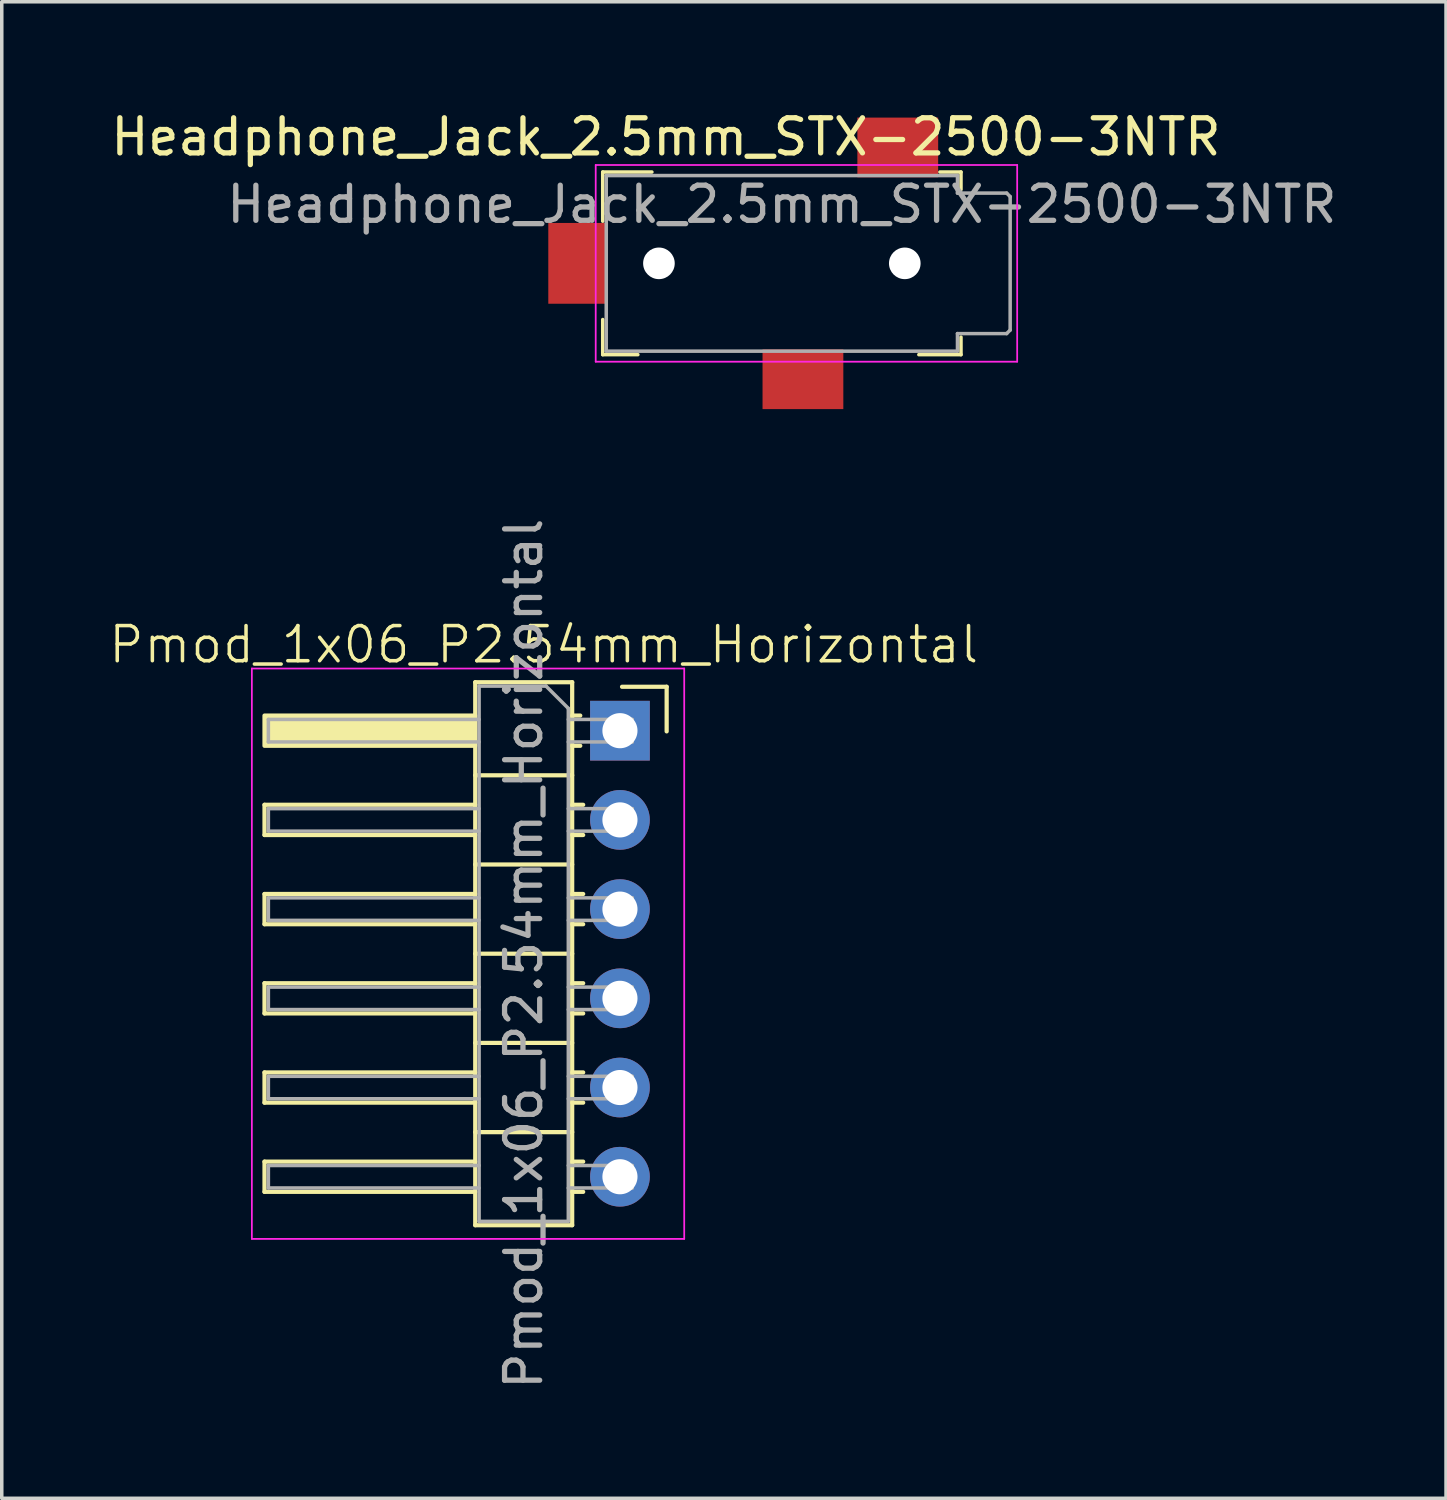
<source format=kicad_pcb>
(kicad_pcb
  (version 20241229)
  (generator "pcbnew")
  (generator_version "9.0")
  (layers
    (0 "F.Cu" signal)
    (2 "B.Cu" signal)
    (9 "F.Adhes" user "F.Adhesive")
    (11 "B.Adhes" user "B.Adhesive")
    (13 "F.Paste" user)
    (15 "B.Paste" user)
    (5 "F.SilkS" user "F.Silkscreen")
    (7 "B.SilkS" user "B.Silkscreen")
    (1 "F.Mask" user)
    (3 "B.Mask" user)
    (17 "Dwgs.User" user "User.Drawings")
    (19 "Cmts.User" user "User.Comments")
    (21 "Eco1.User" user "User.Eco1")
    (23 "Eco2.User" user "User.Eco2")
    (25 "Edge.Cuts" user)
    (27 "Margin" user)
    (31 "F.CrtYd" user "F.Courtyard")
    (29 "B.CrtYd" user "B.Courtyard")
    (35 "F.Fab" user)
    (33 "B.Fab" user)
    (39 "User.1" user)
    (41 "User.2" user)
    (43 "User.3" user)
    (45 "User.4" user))
  (footprint "Pmod_1x06_P2.54mm_Horizontal"
    (layer "F.Cu")
    (at 14.631 17.704)
    (property "Reference" "Pmod_1x06_P2.54mm_Horizontal" (at -2.2 -2.4 0) (unlocked yes) (layer "F.SilkS") (effects (font (size 1 1) (thickness 0.1))))
    (attr through_hole)
    (fp_line (start -10.15 2.16) (end -10.15 3.02) (stroke (width 0.12) (type solid)) (layer "F.SilkS"))
    (fp_line (start -10.15 3.02) (end -4.15 3.02) (stroke (width 0.12) (type solid)) (layer "F.SilkS"))
    (fp_line (start -10.15 4.7) (end -10.15 5.56) (stroke (width 0.12) (type solid)) (layer "F.SilkS"))
    (fp_line (start -10.15 5.56) (end -4.15 5.56) (stroke (width 0.12) (type solid)) (layer "F.SilkS"))
    (fp_line (start -10.15 7.24) (end -10.15 8.1) (stroke (width 0.12) (type solid)) (layer "F.SilkS"))
    (fp_line (start -10.15 8.1) (end -4.15 8.1) (stroke (width 0.12) (type solid)) (layer "F.SilkS"))
    (fp_line (start -10.15 9.78) (end -10.15 10.64) (stroke (width 0.12) (type solid)) (layer "F.SilkS"))
    (fp_line (start -10.15 10.64) (end -4.15 10.64) (stroke (width 0.12) (type solid)) (layer "F.SilkS"))
    (fp_line (start -10.15 12.32) (end -10.15 13.18) (stroke (width 0.12) (type solid)) (layer "F.SilkS"))
    (fp_line (start -10.15 13.18) (end -4.15 13.18) (stroke (width 0.12) (type solid)) (layer "F.SilkS"))
    (fp_line (start -4.15 -1.33) (end -1.39 -1.33) (stroke (width 0.12) (type solid)) (layer "F.SilkS"))
    (fp_line (start -4.15 2.16) (end -10.15 2.16) (stroke (width 0.12) (type solid)) (layer "F.SilkS"))
    (fp_line (start -4.15 4.7) (end -10.15 4.7) (stroke (width 0.12) (type solid)) (layer "F.SilkS"))
    (fp_line (start -4.15 7.24) (end -10.15 7.24) (stroke (width 0.12) (type solid)) (layer "F.SilkS"))
    (fp_line (start -4.15 9.78) (end -10.15 9.78) (stroke (width 0.12) (type solid)) (layer "F.SilkS"))
    (fp_line (start -4.15 12.32) (end -10.15 12.32) (stroke (width 0.12) (type solid)) (layer "F.SilkS"))
    (fp_line (start -4.15 14.13) (end -4.15 -1.33) (stroke (width 0.12) (type solid)) (layer "F.SilkS"))
    (fp_line (start -1.39 -1.33) (end -1.39 14.13) (stroke (width 0.12) (type solid)) (layer "F.SilkS"))
    (fp_line (start -1.39 1.32) (end -4.15 1.32) (stroke (width 0.12) (type solid)) (layer "F.SilkS"))
    (fp_line (start -1.39 3.86) (end -4.15 3.86) (stroke (width 0.12) (type solid)) (layer "F.SilkS"))
    (fp_line (start -1.39 6.4) (end -4.15 6.4) (stroke (width 0.12) (type solid)) (layer "F.SilkS"))
    (fp_line (start -1.39 8.94) (end -4.15 8.94) (stroke (width 0.12) (type solid)) (layer "F.SilkS"))
    (fp_line (start -1.39 11.48) (end -4.15 11.48) (stroke (width 0.12) (type solid)) (layer "F.SilkS"))
    (fp_line (start -1.39 14.13) (end -4.15 14.13) (stroke (width 0.12) (type solid)) (layer "F.SilkS"))
    (fp_line (start -1.16 -0.38) (end -1.39 -0.38) (stroke (width 0.12) (type solid)) (layer "F.SilkS"))
    (fp_line (start -1.16 0.48) (end -1.39 0.48) (stroke (width 0.12) (type solid)) (layer "F.SilkS"))
    (fp_line (start -1.077 2.16) (end -1.39 2.16) (stroke (width 0.12) (type solid)) (layer "F.SilkS"))
    (fp_line (start -1.077 3.02) (end -1.39 3.02) (stroke (width 0.12) (type solid)) (layer "F.SilkS"))
    (fp_line (start -1.077 4.7) (end -1.39 4.7) (stroke (width 0.12) (type solid)) (layer "F.SilkS"))
    (fp_line (start -1.077 5.56) (end -1.39 5.56) (stroke (width 0.12) (type solid)) (layer "F.SilkS"))
    (fp_line (start -1.077 7.24) (end -1.39 7.24) (stroke (width 0.12) (type solid)) (layer "F.SilkS"))
    (fp_line (start -1.077 8.1) (end -1.39 8.1) (stroke (width 0.12) (type solid)) (layer "F.SilkS"))
    (fp_line (start -1.077 9.78) (end -1.39 9.78) (stroke (width 0.12) (type solid)) (layer "F.SilkS"))
    (fp_line (start -1.077 10.64) (end -1.39 10.64) (stroke (width 0.12) (type solid)) (layer "F.SilkS"))
    (fp_line (start -1.077 12.32) (end -1.39 12.32) (stroke (width 0.12) (type solid)) (layer "F.SilkS"))
    (fp_line (start -1.077 13.18) (end -1.39 13.18) (stroke (width 0.12) (type solid)) (layer "F.SilkS"))
    (fp_line (start 1.3 -1.2) (end 0.03 -1.2) (stroke (width 0.12) (type solid)) (layer "F.SilkS"))
    (fp_line (start 1.3 0.07) (end 1.3 -1.2) (stroke (width 0.12) (type solid)) (layer "F.SilkS"))
    (fp_rect (start -4.15 -0.38) (end -10.15 0.48) (stroke (width 0.12) (type solid)) (fill yes) (layer "F.SilkS"))
    (fp_line (start -10.51 -1.72) (end -10.51 14.52) (stroke (width 0.05) (type solid)) (layer "F.CrtYd"))
    (fp_line (start -10.51 14.52) (end 1.8 14.52) (stroke (width 0.05) (type solid)) (layer "F.CrtYd"))
    (fp_line (start 1.8 -1.72) (end -10.51 -1.72) (stroke (width 0.05) (type solid)) (layer "F.CrtYd"))
    (fp_line (start 1.8 14.52) (end 1.8 -1.72) (stroke (width 0.05) (type solid)) (layer "F.CrtYd"))
    (fp_line (start -10.04 -0.27) (end -10.04 0.37) (stroke (width 0.1) (type solid)) (layer "F.Fab"))
    (fp_line (start -10.04 2.27) (end -10.04 2.91) (stroke (width 0.1) (type solid)) (layer "F.Fab"))
    (fp_line (start -10.04 4.81) (end -10.04 5.45) (stroke (width 0.1) (type solid)) (layer "F.Fab"))
    (fp_line (start -10.04 7.35) (end -10.04 7.99) (stroke (width 0.1) (type solid)) (layer "F.Fab"))
    (fp_line (start -10.04 9.89) (end -10.04 10.53) (stroke (width 0.1) (type solid)) (layer "F.Fab"))
    (fp_line (start -10.04 12.43) (end -10.04 13.07) (stroke (width 0.1) (type solid)) (layer "F.Fab"))
    (fp_line (start -4.04 -1.22) (end -4.04 14.02) (stroke (width 0.1) (type solid)) (layer "F.Fab"))
    (fp_line (start -4.04 -0.27) (end -10.04 -0.27) (stroke (width 0.1) (type solid)) (layer "F.Fab"))
    (fp_line (start -4.04 0.37) (end -10.04 0.37) (stroke (width 0.1) (type solid)) (layer "F.Fab"))
    (fp_line (start -4.04 2.27) (end -10.04 2.27) (stroke (width 0.1) (type solid)) (layer "F.Fab"))
    (fp_line (start -4.04 2.91) (end -10.04 2.91) (stroke (width 0.1) (type solid)) (layer "F.Fab"))
    (fp_line (start -4.04 4.81) (end -10.04 4.81) (stroke (width 0.1) (type solid)) (layer "F.Fab"))
    (fp_line (start -4.04 5.45) (end -10.04 5.45) (stroke (width 0.1) (type solid)) (layer "F.Fab"))
    (fp_line (start -4.04 7.35) (end -10.04 7.35) (stroke (width 0.1) (type solid)) (layer "F.Fab"))
    (fp_line (start -4.04 7.99) (end -10.04 7.99) (stroke (width 0.1) (type solid)) (layer "F.Fab"))
    (fp_line (start -4.04 9.89) (end -10.04 9.89) (stroke (width 0.1) (type solid)) (layer "F.Fab"))
    (fp_line (start -4.04 10.53) (end -10.04 10.53) (stroke (width 0.1) (type solid)) (layer "F.Fab"))
    (fp_line (start -4.04 12.43) (end -10.04 12.43) (stroke (width 0.1) (type solid)) (layer "F.Fab"))
    (fp_line (start -4.04 13.07) (end -10.04 13.07) (stroke (width 0.1) (type solid)) (layer "F.Fab"))
    (fp_line (start -4.04 14.02) (end -1.5 14.02) (stroke (width 0.1) (type solid)) (layer "F.Fab"))
    (fp_line (start -2.135 -1.22) (end -4.04 -1.22) (stroke (width 0.1) (type solid)) (layer "F.Fab"))
    (fp_line (start -1.5 -0.585) (end -2.135 -1.22) (stroke (width 0.1) (type solid)) (layer "F.Fab"))
    (fp_line (start -1.5 14.02) (end -1.5 -0.585) (stroke (width 0.1) (type solid)) (layer "F.Fab"))
    (fp_line (start 0.32 -0.27) (end -1.5 -0.27) (stroke (width 0.1) (type solid)) (layer "F.Fab"))
    (fp_line (start 0.32 -0.27) (end 0.32 0.37) (stroke (width 0.1) (type solid)) (layer "F.Fab"))
    (fp_line (start 0.32 0.37) (end -1.5 0.37) (stroke (width 0.1) (type solid)) (layer "F.Fab"))
    (fp_line (start 0.32 2.27) (end -1.5 2.27) (stroke (width 0.1) (type solid)) (layer "F.Fab"))
    (fp_line (start 0.32 2.27) (end 0.32 2.91) (stroke (width 0.1) (type solid)) (layer "F.Fab"))
    (fp_line (start 0.32 2.91) (end -1.5 2.91) (stroke (width 0.1) (type solid)) (layer "F.Fab"))
    (fp_line (start 0.32 4.81) (end -1.5 4.81) (stroke (width 0.1) (type solid)) (layer "F.Fab"))
    (fp_line (start 0.32 4.81) (end 0.32 5.45) (stroke (width 0.1) (type solid)) (layer "F.Fab"))
    (fp_line (start 0.32 5.45) (end -1.5 5.45) (stroke (width 0.1) (type solid)) (layer "F.Fab"))
    (fp_line (start 0.32 7.35) (end -1.5 7.35) (stroke (width 0.1) (type solid)) (layer "F.Fab"))
    (fp_line (start 0.32 7.35) (end 0.32 7.99) (stroke (width 0.1) (type solid)) (layer "F.Fab"))
    (fp_line (start 0.32 7.99) (end -1.5 7.99) (stroke (width 0.1) (type solid)) (layer "F.Fab"))
    (fp_line (start 0.32 9.89) (end -1.5 9.89) (stroke (width 0.1) (type solid)) (layer "F.Fab"))
    (fp_line (start 0.32 9.89) (end 0.32 10.53) (stroke (width 0.1) (type solid)) (layer "F.Fab"))
    (fp_line (start 0.32 10.53) (end -1.5 10.53) (stroke (width 0.1) (type solid)) (layer "F.Fab"))
    (fp_line (start 0.32 12.43) (end -1.5 12.43) (stroke (width 0.1) (type solid)) (layer "F.Fab"))
    (fp_line (start 0.32 12.43) (end 0.32 13.07) (stroke (width 0.1) (type solid)) (layer "F.Fab"))
    (fp_line (start 0.32 13.07) (end -1.5 13.07) (stroke (width 0.1) (type solid)) (layer "F.Fab"))
    (fp_text user "${REFERENCE}" (at -2.77 6.4 90) (layer "F.Fab") (effects (font (size 1 1) (thickness 0.15))))
    (pad "1" thru_hole rect (at -0.03 0.05) (size 1.7 1.7) (drill 1) (layers "*.Cu" "*.Mask"))
    (pad "2" thru_hole circle (at -0.03 2.59) (size 1.7 1.7) (drill 1) (layers "*.Cu" "*.Mask"))
    (pad "3" thru_hole circle (at -0.03 5.13) (size 1.7 1.7) (drill 1) (layers "*.Cu" "*.Mask"))
    (pad "4" thru_hole circle (at -0.03 7.67) (size 1.7 1.7) (drill 1) (layers "*.Cu" "*.Mask"))
    (pad "5" thru_hole circle (at -0.03 10.21) (size 1.7 1.7) (drill 1) (layers "*.Cu" "*.Mask"))
    (pad "6" thru_hole circle (at -0.03 12.75) (size 1.7 1.7) (drill 1) (layers "*.Cu" "*.Mask")))
  (footprint "Headphone_Jack_2.5mm_STX-2500-3NTR"
    (layer "F.Cu")
    (at 19.211 4.448)
    (property "Reference" "Headphone_Jack_2.5mm_STX-2500-3NTR" (at -3.3 -3.6 0) (layer "F.SilkS") (effects (font (size 1 1) (thickness 0.15))))
    (attr through_hole)
    (fp_line (start -5.1 -2.6) (end -5.1 -1.2) (stroke (width 0.1) (type solid)) (layer "F.SilkS"))
    (fp_line (start -5.1 1.6) (end -5.1 2.6) (stroke (width 0.1) (type solid)) (layer "F.SilkS"))
    (fp_line (start -5.1 2.6) (end -4.1 2.6) (stroke (width 0.1) (type solid)) (layer "F.SilkS"))
    (fp_line (start -3.7 -2.6) (end -5.1 -2.6) (stroke (width 0.1) (type solid)) (layer "F.SilkS"))
    (fp_line (start 3.9 2.6) (end 5.1 2.6) (stroke (width 0.1) (type solid)) (layer "F.SilkS"))
    (fp_line (start 4.5 -2.6) (end 5.1 -2.6) (stroke (width 0.1) (type solid)) (layer "F.SilkS"))
    (fp_line (start 5.1 -2.6) (end 5.1 -2.1) (stroke (width 0.1) (type solid)) (layer "F.SilkS"))
    (fp_line (start 5.1 2.6) (end 5.1 2.1) (stroke (width 0.1) (type solid)) (layer "F.SilkS"))
    (fp_line (start -5.3 -2.8) (end -5.3 2.8) (stroke (width 0.05) (type solid)) (layer "F.CrtYd"))
    (fp_line (start -5.3 -2.8) (end 6.7 -2.8) (stroke (width 0.05) (type solid)) (layer "F.CrtYd"))
    (fp_line (start -5.3 2.8) (end 6.7 2.8) (stroke (width 0.05) (type solid)) (layer "F.CrtYd"))
    (fp_line (start 6.7 -2.8) (end 6.7 2.8) (stroke (width 0.05) (type solid)) (layer "F.CrtYd"))
    (fp_line (start -5 -2.5) (end -5 2.5) (stroke (width 0.1) (type solid)) (layer "F.Fab"))
    (fp_line (start -5 2.5) (end 5 2.5) (stroke (width 0.1) (type solid)) (layer "F.Fab"))
    (fp_line (start 5 -2.5) (end -5 -2.5) (stroke (width 0.1) (type solid)) (layer "F.Fab"))
    (fp_line (start 5 -2.5) (end 5 -2) (stroke (width 0.1) (type solid)) (layer "F.Fab"))
    (fp_line (start 5 -2) (end 6.4 -2) (stroke (width 0.1) (type solid)) (layer "F.Fab"))
    (fp_line (start 5 2) (end 5 2.5) (stroke (width 0.1) (type solid)) (layer "F.Fab"))
    (fp_line (start 5 2) (end 6.4 2) (stroke (width 0.1) (type solid)) (layer "F.Fab"))
    (fp_line (start 6.4 -2) (end 6.5 -1.9) (stroke (width 0.1) (type solid)) (layer "F.Fab"))
    (fp_line (start 6.4 2) (end 6.5 1.9) (stroke (width 0.1) (type solid)) (layer "F.Fab"))
    (fp_line (start 6.5 -1.9) (end 6.5 1.9) (stroke (width 0.1) (type solid)) (layer "F.Fab"))
    (fp_text user "${REFERENCE}" (at 0 -1.68 0) (layer "F.Fab") (effects (font (size 1 1) (thickness 0.15))))
    (pad "" np_thru_hole circle (at -3.5 0) (size 0.9 0.9) (drill 0.9) (layers "*.Cu" "*.Mask"))
    (pad "" np_thru_hole circle (at 3.5 0) (size 0.9 0.9) (drill 0.9) (layers "*.Cu" "*.Mask"))
    (pad "R" smd rect (at 0.6 3.3) (size 2.3 1.7) (layers "F.Cu" "F.Mask" "F.Paste"))
    (pad "S" smd rect (at 3.3 -3.3) (size 2.3 1.7) (layers "F.Cu" "F.Mask" "F.Paste"))
    (pad "T" smd rect (at -5.8 0) (size 1.7 2.3) (layers "F.Cu" "F.Mask" "F.Paste")))
  (gr_rect
    (start -3 -3)
    (end 38.121 39.61)
    (stroke (width 0.1) (type default))
    (fill no)
    (layer "Edge.Cuts")))
</source>
